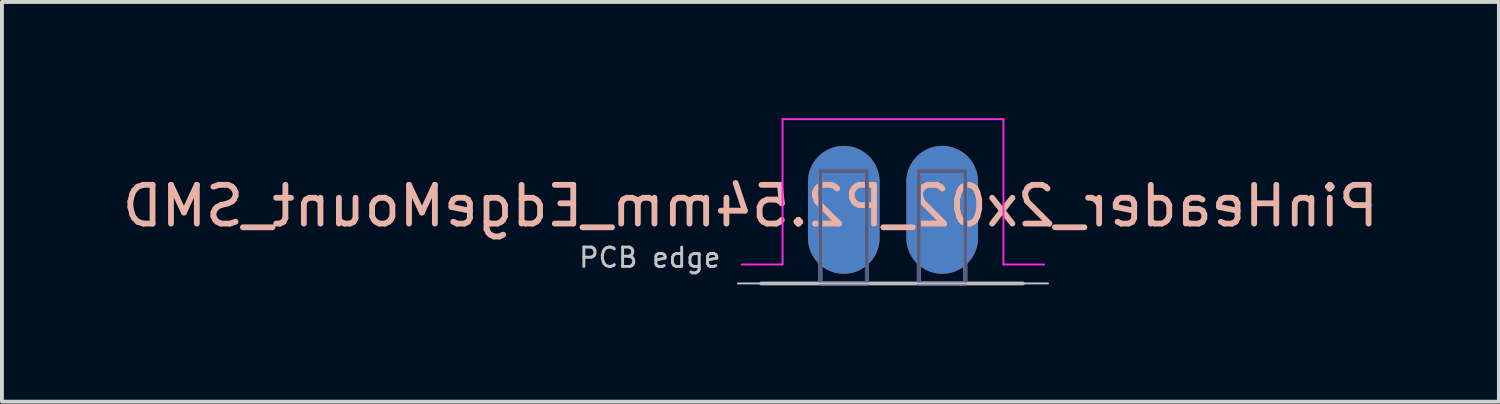
<source format=kicad_pcb>
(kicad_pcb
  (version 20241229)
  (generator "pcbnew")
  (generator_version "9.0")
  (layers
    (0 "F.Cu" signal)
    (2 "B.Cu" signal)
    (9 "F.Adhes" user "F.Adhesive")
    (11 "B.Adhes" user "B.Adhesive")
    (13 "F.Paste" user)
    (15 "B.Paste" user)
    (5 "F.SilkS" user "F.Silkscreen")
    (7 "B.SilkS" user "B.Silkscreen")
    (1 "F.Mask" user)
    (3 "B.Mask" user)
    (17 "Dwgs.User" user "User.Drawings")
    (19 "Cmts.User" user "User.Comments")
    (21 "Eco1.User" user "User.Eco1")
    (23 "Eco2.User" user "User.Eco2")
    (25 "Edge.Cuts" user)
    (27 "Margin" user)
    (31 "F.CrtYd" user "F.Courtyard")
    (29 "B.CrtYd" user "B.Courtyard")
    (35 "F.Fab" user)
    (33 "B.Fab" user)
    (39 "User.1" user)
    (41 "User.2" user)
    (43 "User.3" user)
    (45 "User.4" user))
  (footprint "PinHeader_2x02_P2.54mm_EdgeMount_SMD"
    (layer "F.Cu")
    (at 19.995 2.275)
    (property "Reference" "PinHeader_2x02_P2.54mm_EdgeMount_SMD" (at -3.68 -0.01 0) (layer "B.SilkS") (effects (font (size 1 1) (thickness 0.15)) (justify mirror)))
    (attr smd)
    (fp_line (start -4 1.99) (end 4 1.99) (stroke (width 0.05) (type solid)) (layer "Dwgs.User"))
    (fp_line (start -3.9 1.5) (end -2.85 1.5) (stroke (width 0.05) (type solid)) (layer "F.CrtYd"))
    (fp_line (start -2.85 -2.25) (end 2.85 -2.25) (stroke (width 0.05) (type solid)) (layer "F.CrtYd"))
    (fp_line (start -2.85 1.5) (end -2.85 -2.25) (stroke (width 0.05) (type solid)) (layer "F.CrtYd"))
    (fp_line (start 2.85 -2.25) (end 2.85 1.5) (stroke (width 0.05) (type solid)) (layer "F.CrtYd"))
    (fp_line (start 2.85 1.5) (end 3.9 1.5) (stroke (width 0.05) (type solid)) (layer "F.CrtYd"))
    (fp_line (start -1.874 -0.91) (end -1.874 1.99) (stroke (width 0.1) (type solid)) (layer "B.Fab"))
    (fp_line (start -1.874 1.99) (end -0.674 1.99) (stroke (width 0.1) (type solid)) (layer "B.Fab"))
    (fp_line (start -0.674 -0.91) (end -1.874 -0.91) (stroke (width 0.1) (type solid)) (layer "B.Fab"))
    (fp_line (start -0.674 1.99) (end -0.674 -0.91) (stroke (width 0.1) (type solid)) (layer "B.Fab"))
    (fp_line (start 0.666 -0.91) (end 0.666 1.99) (stroke (width 0.1) (type solid)) (layer "B.Fab"))
    (fp_line (start 0.666 1.99) (end 1.866 1.99) (stroke (width 0.1) (type solid)) (layer "B.Fab"))
    (fp_line (start 1.866 -0.91) (end 0.666 -0.91) (stroke (width 0.1) (type solid)) (layer "B.Fab"))
    (fp_line (start 1.866 1.99) (end 1.866 -0.91) (stroke (width 0.1) (type solid)) (layer "B.Fab"))
    (fp_line (start -1.874 -0.91) (end -1.874 1.99) (stroke (width 0.1) (type solid)) (layer "F.Fab"))
    (fp_line (start -1.874 1.99) (end -0.674 1.99) (stroke (width 0.1) (type solid)) (layer "F.Fab"))
    (fp_line (start -0.674 -0.91) (end -1.874 -0.91) (stroke (width 0.1) (type solid)) (layer "F.Fab"))
    (fp_line (start -0.674 1.99) (end -0.674 -0.91) (stroke (width 0.1) (type solid)) (layer "F.Fab"))
    (fp_line (start 0.666 -0.91) (end 0.666 1.99) (stroke (width 0.1) (type solid)) (layer "F.Fab"))
    (fp_line (start 0.666 1.99) (end 1.866 1.99) (stroke (width 0.1) (type solid)) (layer "F.Fab"))
    (fp_line (start 1.866 -0.91) (end 0.666 -0.91) (stroke (width 0.1) (type solid)) (layer "F.Fab"))
    (fp_line (start 1.866 1.99) (end 1.866 -0.91) (stroke (width 0.1) (type solid)) (layer "F.Fab"))
    (fp_line (start 3.35 1.99) (end -3.4 1.99) (stroke (width 0.1) (type solid)) (layer "F.Fab"))
    (fp_text user "PCB edge" (at -6.275 1.323 0) (layer "Dwgs.User") (effects (font (size 0.5 0.5) (thickness 0.075))))
    (pad "1" smd oval (at -1.27 0) (size 1.847 3.3) (drill (offset 0 0.09)) (layers "F.Cu" "F.Mask" "F.Paste"))
    (pad "2" smd oval (at 1.27 0) (size 1.847 3.3) (drill (offset 0 0.09)) (layers "F.Cu" "F.Mask" "F.Paste"))
    (pad "3" smd oval (at -1.27 0) (size 1.847 3.3) (drill (offset 0 0.09)) (layers "B.Cu" "B.Mask" "B.Paste"))
    (pad "4" smd oval (at 1.27 0) (size 1.847 3.3) (drill (offset 0 0.09)) (layers "B.Cu" "B.Mask" "B.Paste")))
  (gr_rect
    (start -3 -3)
    (end 35.631 7.315)
    (stroke (width 0.1) (type default))
    (fill no)
    (layer "Edge.Cuts")))
</source>
